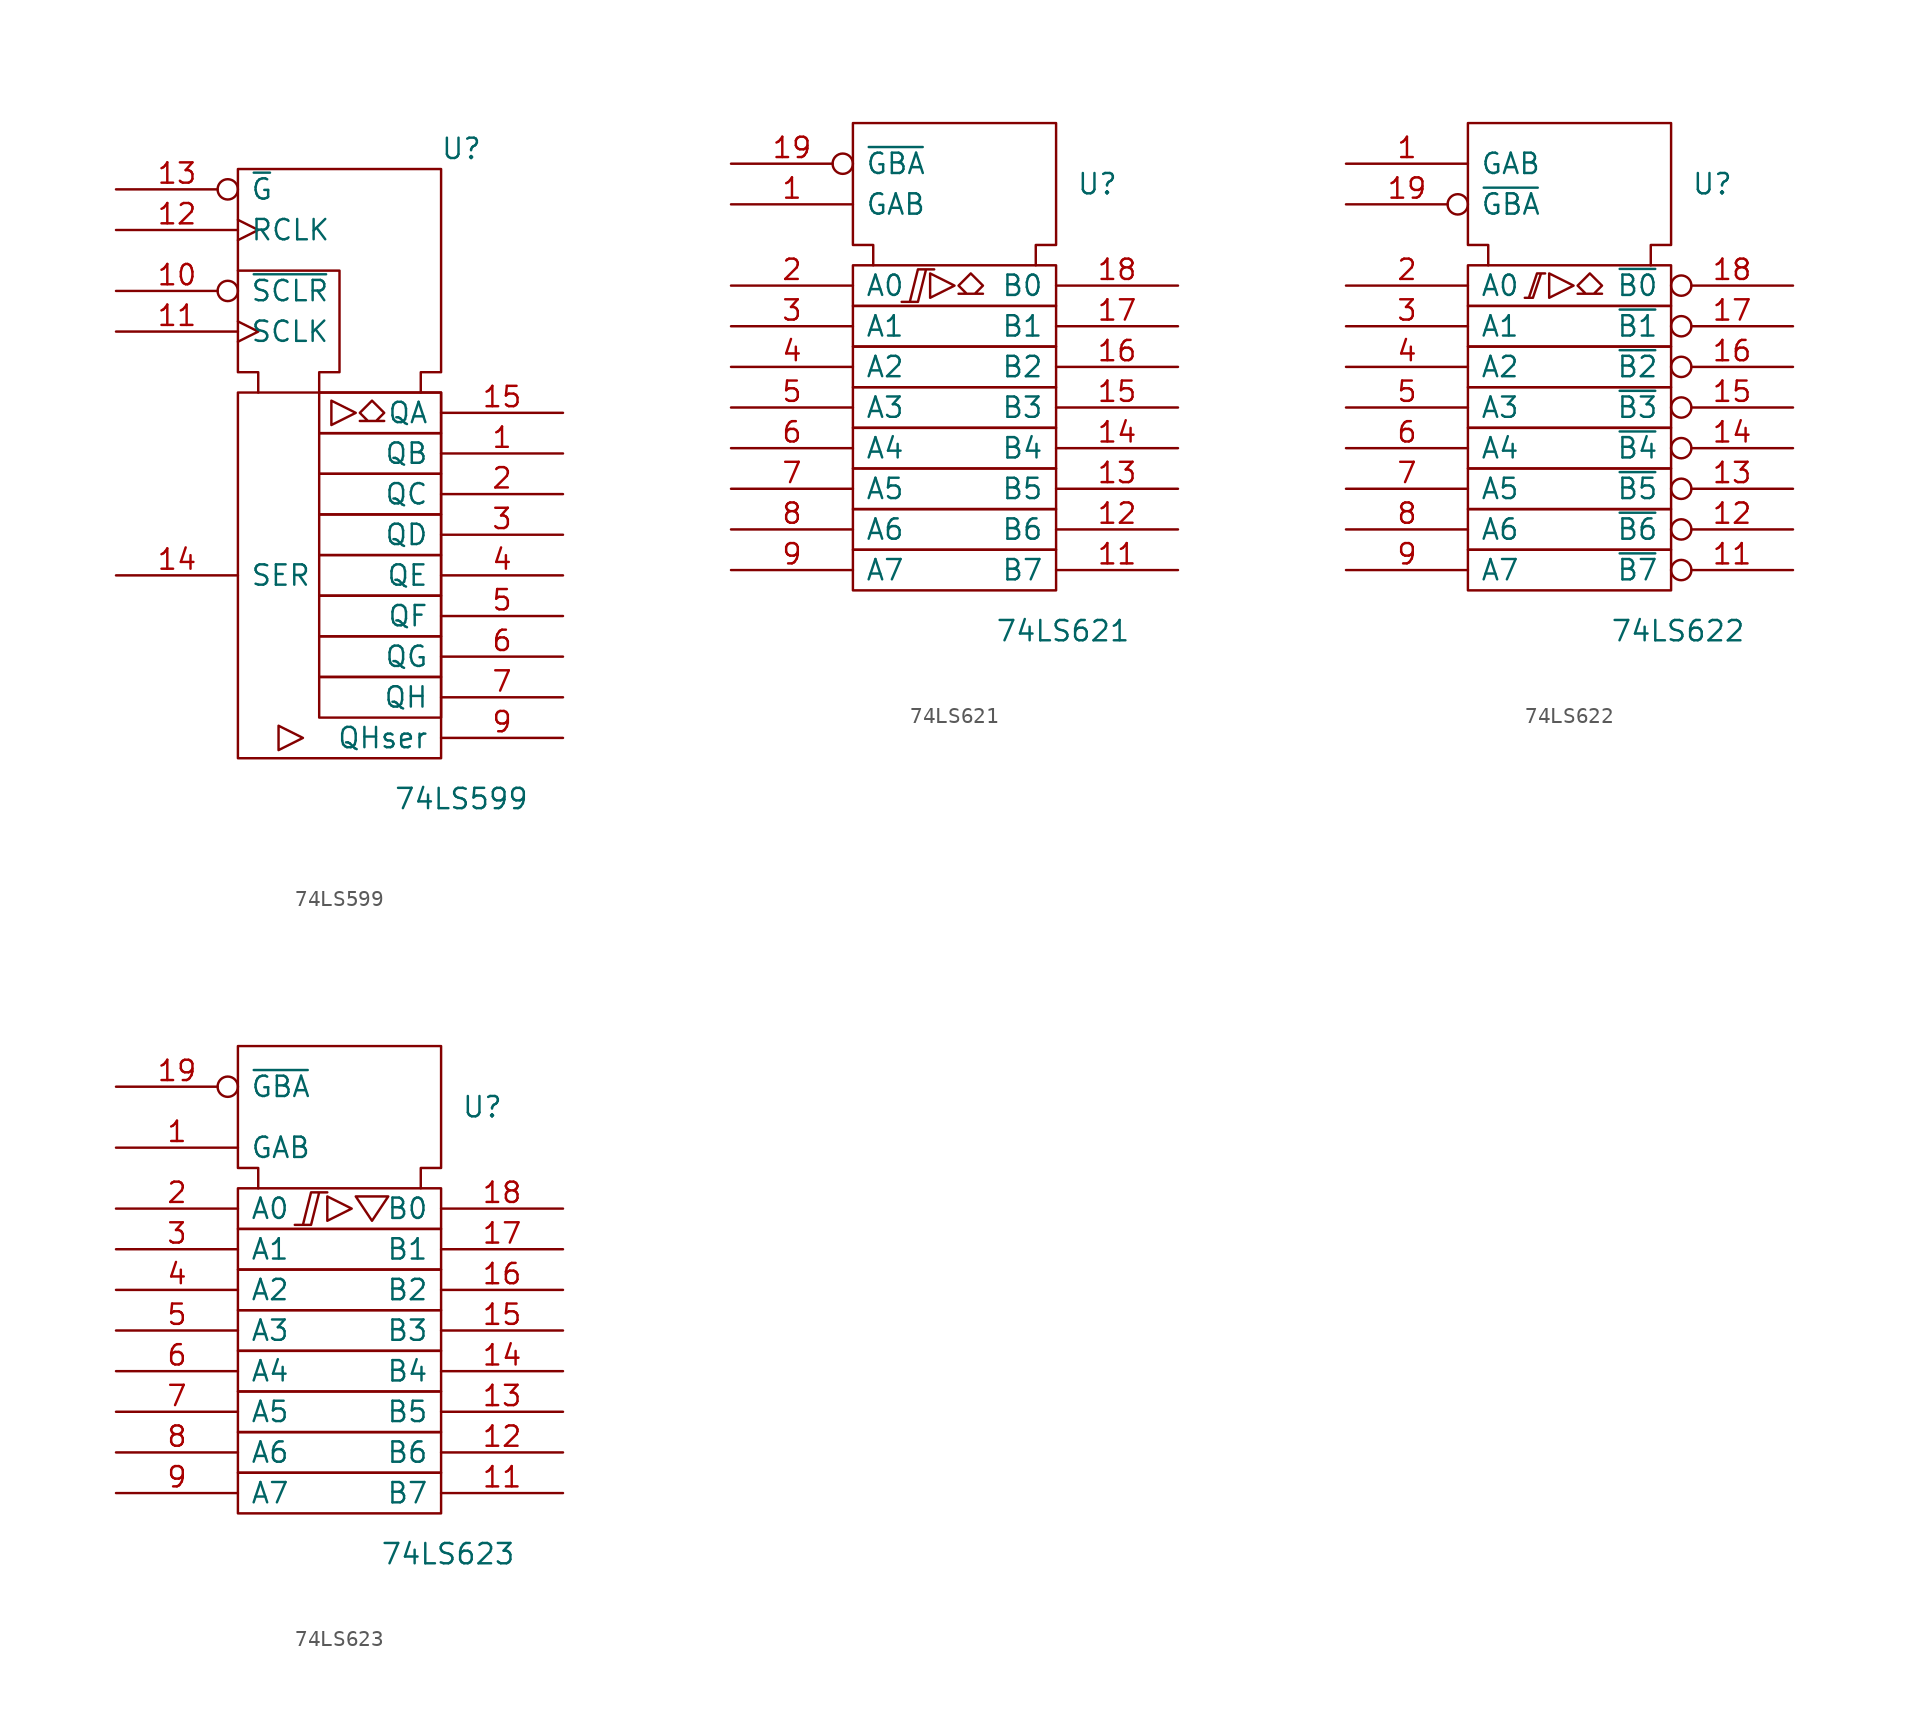
<source format=kicad_sym>
(kicad_symbol_lib
  (version 20201005)
  (generator kicad_symbol_editor)
  (symbol "74LS599"
    (pin_names
      (offset 0.762))
    (property "Reference" "U"
      (at 7.62 20.32 0)
      (effects (font (size 1.27 1.27))))
    (property "Value" "74LS599"
      (at 7.62 -20.32 0)
      (effects (font (size 1.27 1.27))))
    (symbol "74LS599_0_0"
      (rectangle (start -6.35 5.08) (end 6.35 -17.78) (stroke (width 0)) (fill (type none)))
      (polyline (pts (xy -2.286 -16.51) (xy -3.81 -15.748) (xy -3.81 -17.272) (xy -2.286 -16.51) (xy -2.286 -16.51)) (stroke (width 0)) (fill (type none)))
      (polyline (pts (xy -5.08 5.08) (xy -5.08 6.35) (xy -6.35 6.35) (xy -6.35 19.05) (xy 6.35 19.05) (xy 6.35 6.35) (xy 5.08 6.35) (xy 5.08 5.08) (xy 5.08 5.08)) (stroke (width 0)) (fill (type none)))
      (polyline (pts (xy -0.508 4.572) (xy -0.508 3.048) (xy 1.016 3.81) (xy -0.508 4.572) (xy -0.508 4.572)) (stroke (width 0)) (fill (type none)))
      (polyline (pts (xy 2.794 3.302) (xy 1.27 3.302) (xy 1.778 3.302) (xy 1.27 3.81) (xy 2.032 4.572) (xy 2.794 3.81) (xy 2.286 3.302) (xy 2.286 3.302)) (stroke (width 0)) (fill (type none)))
      (polyline (pts (xy -6.35 12.7) (xy 0 12.7) (xy 0 6.35) (xy -1.27 6.35) (xy -1.27 5.08) (xy -1.27 5.08)) (stroke (width 0)) (fill (type none))))
    (symbol "74LS599_0_1"
      (rectangle (start -1.27 -10.16) (end 6.35 -12.7) (stroke (width 0)) (fill (type none)))
      (rectangle (start -1.27 2.54) (end 6.35 0) (stroke (width 0)) (fill (type none)))
      (rectangle (start -1.27 -7.62) (end 6.35 -10.16) (stroke (width 0)) (fill (type none)))
      (rectangle (start -1.27 -5.08) (end 6.35 -7.62) (stroke (width 0)) (fill (type none)))
      (rectangle (start -1.27 -2.54) (end 6.35 -5.08) (stroke (width 0)) (fill (type none)))
      (rectangle (start -1.27 0) (end 6.35 -2.54) (stroke (width 0)) (fill (type none)))
      (rectangle (start -1.27 -12.7) (end 6.35 -15.24) (stroke (width 0)) (fill (type none)))
      (rectangle (start -1.27 5.08) (end 6.35 2.54) (stroke (width 0)) (fill (type none)))
      (pin power_in line (at 0 19.05 270) (length 0) hide (name "GND" (effects (font (size 1.27 1.27)))) (number "8" (effects (font (size 1.27 1.27))))))
    (symbol "74LS599_1_1"
      (pin power_in line (at 3.81 19.05 270) (length 0) hide (name "VCC" (effects (font (size 1.27 1.27)))) (number "16" (effects (font (size 1.27 1.27)))))
      (pin output line (at 13.97 -16.51 180) (length 7.62) (name "QHser" (effects (font (size 1.27 1.27)))) (number "9" (effects (font (size 1.27 1.27)))))
      (pin tri_state line (at 13.97 -13.97 180) (length 7.62) (name "QH" (effects (font (size 1.27 1.27)))) (number "7" (effects (font (size 1.27 1.27)))))
      (pin tri_state line (at 13.97 -11.43 180) (length 7.62) (name "QG" (effects (font (size 1.27 1.27)))) (number "6" (effects (font (size 1.27 1.27)))))
      (pin tri_state line (at 13.97 -8.89 180) (length 7.62) (name "QF" (effects (font (size 1.27 1.27)))) (number "5" (effects (font (size 1.27 1.27)))))
      (pin tri_state line (at 13.97 -6.35 180) (length 7.62) (name "QE" (effects (font (size 1.27 1.27)))) (number "4" (effects (font (size 1.27 1.27)))))
      (pin tri_state line (at 13.97 -3.81 180) (length 7.62) (name "QD" (effects (font (size 1.27 1.27)))) (number "3" (effects (font (size 1.27 1.27)))))
      (pin tri_state line (at 13.97 -1.27 180) (length 7.62) (name "QC" (effects (font (size 1.27 1.27)))) (number "2" (effects (font (size 1.27 1.27)))))
      (pin tri_state line (at 13.97 1.27 180) (length 7.62) (name "QB" (effects (font (size 1.27 1.27)))) (number "1" (effects (font (size 1.27 1.27)))))
      (pin tri_state line (at 13.97 3.81 180) (length 7.62) (name "QA" (effects (font (size 1.27 1.27)))) (number "15" (effects (font (size 1.27 1.27)))))
      (pin input line (at -13.97 -6.35 0) (length 7.62) (name "SER" (effects (font (size 1.27 1.27)))) (number "14" (effects (font (size 1.27 1.27)))))
      (pin input clock (at -13.97 8.89 0) (length 7.62) (name "SCLK" (effects (font (size 1.27 1.27)))) (number "11" (effects (font (size 1.27 1.27)))))
      (pin input inverted (at -13.97 11.43 0) (length 7.62) (name "~SCLR" (effects (font (size 1.27 1.27)))) (number "10" (effects (font (size 1.27 1.27)))))
      (pin input clock (at -13.97 15.24 0) (length 7.62) (name "RCLK" (effects (font (size 1.27 1.27)))) (number "12" (effects (font (size 1.27 1.27)))))
      (pin input inverted (at -13.97 17.78 0) (length 7.62) (name "~G" (effects (font (size 1.27 1.27)))) (number "13" (effects (font (size 1.27 1.27)))))))
  (symbol "74LS621"
    (pin_names
      (offset 0.762))
    (property "Reference" "U"
      (at 7.62 12.7 0)
      (effects (font (size 1.27 1.27)) (justify left)))
    (property "Value" "74LS621"
      (at 2.54 -15.24 0)
      (effects (font (size 1.27 1.27)) (justify left)))
    (symbol "74LS621_0_0"
      (polyline (pts (xy -3.302 5.334) (xy -2.286 5.334) (xy -1.778 7.366) (xy -1.27 7.366) (xy -2.286 7.366) (xy -2.794 5.334) (xy -2.794 5.334)) (stroke (width 0)) (fill (type none)))
      (polyline (pts (xy 1.016 7.112) (xy 1.778 6.35) (xy 1.27 5.842) (xy 1.778 5.842) (xy 0.254 5.842) (xy 0.762 5.842) (xy 0.254 6.35) (xy 1.016 7.112) (xy 1.016 7.112)) (stroke (width 0)) (fill (type none)))
      (polyline (pts (xy -1.524 7.112) (xy -1.524 5.588) (xy 0 6.35) (xy -1.524 7.112) (xy -1.524 7.112)) (stroke (width 0)) (fill (type none)))
      (pin power_in line (at 1.27 16.51 270) (length 0) hide (name "GND" (effects (font (size 1.27 1.27)))) (number "10" (effects (font (size 1.27 1.27)))))
      (pin power_in line (at 5.08 16.51 270) (length 0) hide (name "VCC" (effects (font (size 1.27 1.27)))) (number "20" (effects (font (size 1.27 1.27))))))
    (symbol "74LS621_0_1"
      (rectangle (start -6.35 2.54) (end 6.35 0) (stroke (width 0)) (fill (type none)))
      (rectangle (start -6.35 -7.62) (end 6.35 -10.16) (stroke (width 0)) (fill (type none)))
      (rectangle (start -6.35 5.08) (end 6.35 2.54) (stroke (width 0)) (fill (type none)))
      (rectangle (start -6.35 -5.08) (end 6.35 -7.62) (stroke (width 0)) (fill (type none)))
      (rectangle (start -6.35 -10.16) (end 6.35 -12.7) (stroke (width 0)) (fill (type none)))
      (rectangle (start -6.35 -2.54) (end 6.35 -5.08) (stroke (width 0)) (fill (type none)))
      (rectangle (start -6.35 7.62) (end 6.35 5.08) (stroke (width 0)) (fill (type none)))
      (rectangle (start -6.35 0) (end 6.35 -2.54) (stroke (width 0)) (fill (type none)))
      (polyline (pts (xy -5.08 7.62) (xy -5.08 8.89) (xy -6.35 8.89) (xy -6.35 16.51) (xy 6.35 16.51) (xy 6.35 8.89) (xy 5.08 8.89) (xy 5.08 7.62) (xy 5.08 7.62)) (stroke (width 0)) (fill (type none))))
    (symbol "74LS621_1_1"
      (pin tri_state line (at 13.97 -11.43 180) (length 7.62) (name "B7" (effects (font (size 1.27 1.27)))) (number "11" (effects (font (size 1.27 1.27)))))
      (pin tri_state line (at 13.97 -8.89 180) (length 7.62) (name "B6" (effects (font (size 1.27 1.27)))) (number "12" (effects (font (size 1.27 1.27)))))
      (pin tri_state line (at 13.97 -6.35 180) (length 7.62) (name "B5" (effects (font (size 1.27 1.27)))) (number "13" (effects (font (size 1.27 1.27)))))
      (pin tri_state line (at 13.97 -3.81 180) (length 7.62) (name "B4" (effects (font (size 1.27 1.27)))) (number "14" (effects (font (size 1.27 1.27)))))
      (pin tri_state line (at 13.97 -1.27 180) (length 7.62) (name "B3" (effects (font (size 1.27 1.27)))) (number "15" (effects (font (size 1.27 1.27)))))
      (pin tri_state line (at 13.97 1.27 180) (length 7.62) (name "B2" (effects (font (size 1.27 1.27)))) (number "16" (effects (font (size 1.27 1.27)))))
      (pin tri_state line (at 13.97 3.81 180) (length 7.62) (name "B1" (effects (font (size 1.27 1.27)))) (number "17" (effects (font (size 1.27 1.27)))))
      (pin tri_state line (at 13.97 6.35 180) (length 7.62) (name "B0" (effects (font (size 1.27 1.27)))) (number "18" (effects (font (size 1.27 1.27)))))
      (pin tri_state line (at -13.97 -11.43 0) (length 7.62) (name "A7" (effects (font (size 1.27 1.27)))) (number "9" (effects (font (size 1.27 1.27)))))
      (pin tri_state line (at -13.97 -8.89 0) (length 7.62) (name "A6" (effects (font (size 1.27 1.27)))) (number "8" (effects (font (size 1.27 1.27)))))
      (pin tri_state line (at -13.97 -6.35 0) (length 7.62) (name "A5" (effects (font (size 1.27 1.27)))) (number "7" (effects (font (size 1.27 1.27)))))
      (pin tri_state line (at -13.97 -3.81 0) (length 7.62) (name "A4" (effects (font (size 1.27 1.27)))) (number "6" (effects (font (size 1.27 1.27)))))
      (pin tri_state line (at -13.97 -1.27 0) (length 7.62) (name "A3" (effects (font (size 1.27 1.27)))) (number "5" (effects (font (size 1.27 1.27)))))
      (pin tri_state line (at -13.97 1.27 0) (length 7.62) (name "A2" (effects (font (size 1.27 1.27)))) (number "4" (effects (font (size 1.27 1.27)))))
      (pin tri_state line (at -13.97 3.81 0) (length 7.62) (name "A1" (effects (font (size 1.27 1.27)))) (number "3" (effects (font (size 1.27 1.27)))))
      (pin tri_state line (at -13.97 6.35 0) (length 7.62) (name "A0" (effects (font (size 1.27 1.27)))) (number "2" (effects (font (size 1.27 1.27)))))
      (pin input line (at -13.97 11.43 0) (length 7.62) (name "GAB" (effects (font (size 1.27 1.27)))) (number "1" (effects (font (size 1.27 1.27)))))
      (pin input inverted (at -13.97 13.97 0) (length 7.62) (name "~GBA" (effects (font (size 1.27 1.27)))) (number "19" (effects (font (size 1.27 1.27)))))))
  (symbol "74LS622"
    (pin_names
      (offset 0.762))
    (property "Reference" "U"
      (at 7.62 12.7 0)
      (effects (font (size 1.27 1.27)) (justify left)))
    (property "Value" "74LS622"
      (at 2.54 -15.24 0)
      (effects (font (size 1.27 1.27)) (justify left)))
    (symbol "74LS622_0_0"
      (polyline (pts (xy -1.27 7.112) (xy -1.27 5.588) (xy 0.254 6.35) (xy -1.27 7.112) (xy -1.27 7.112)) (stroke (width 0)) (fill (type none)))
      (polyline (pts (xy -2.286 5.588) (xy -2.794 5.588) (xy -2.286 5.588) (xy -1.778 7.112) (xy -1.524 7.112) (xy -2.032 7.112) (xy -2.54 5.588) (xy -2.54 5.588)) (stroke (width 0)) (fill (type none)))
      (polyline (pts (xy 1.27 7.112) (xy 2.032 6.35) (xy 1.524 5.842) (xy 2.032 5.842) (xy 0.508 5.842) (xy 1.016 5.842) (xy 0.508 6.35) (xy 1.27 7.112) (xy 1.27 7.112)) (stroke (width 0)) (fill (type none)))
      (pin power_in line (at 1.27 16.51 270) (length 0) hide (name "GND" (effects (font (size 1.27 1.27)))) (number "10" (effects (font (size 1.27 1.27)))))
      (pin power_in line (at 5.08 16.51 270) (length 0) hide (name "VCC" (effects (font (size 1.27 1.27)))) (number "20" (effects (font (size 1.27 1.27))))))
    (symbol "74LS622_0_1"
      (rectangle (start -6.35 -2.54) (end 6.35 -5.08) (stroke (width 0)) (fill (type none)))
      (rectangle (start -6.35 -5.08) (end 6.35 -7.62) (stroke (width 0)) (fill (type none)))
      (rectangle (start -6.35 7.62) (end 6.35 5.08) (stroke (width 0)) (fill (type none)))
      (rectangle (start -6.35 -10.16) (end 6.35 -12.7) (stroke (width 0)) (fill (type none)))
      (rectangle (start -6.35 2.54) (end 6.35 0) (stroke (width 0)) (fill (type none)))
      (rectangle (start -6.35 5.08) (end 6.35 2.54) (stroke (width 0)) (fill (type none)))
      (rectangle (start -6.35 0) (end 6.35 -2.54) (stroke (width 0)) (fill (type none)))
      (rectangle (start -6.35 -7.62) (end 6.35 -10.16) (stroke (width 0)) (fill (type none)))
      (polyline (pts (xy -5.08 7.62) (xy -5.08 8.89) (xy -6.35 8.89) (xy -6.35 16.51) (xy 6.35 16.51) (xy 6.35 8.89) (xy 5.08 8.89) (xy 5.08 7.62) (xy 5.08 7.62)) (stroke (width 0)) (fill (type none))))
    (symbol "74LS622_1_1"
      (pin tri_state inverted (at 13.97 -11.43 180) (length 7.62) (name "~B7" (effects (font (size 1.27 1.27)))) (number "11" (effects (font (size 1.27 1.27)))))
      (pin tri_state inverted (at 13.97 -8.89 180) (length 7.62) (name "~B6" (effects (font (size 1.27 1.27)))) (number "12" (effects (font (size 1.27 1.27)))))
      (pin tri_state inverted (at 13.97 -6.35 180) (length 7.62) (name "~B5" (effects (font (size 1.27 1.27)))) (number "13" (effects (font (size 1.27 1.27)))))
      (pin tri_state inverted (at 13.97 -3.81 180) (length 7.62) (name "~B4" (effects (font (size 1.27 1.27)))) (number "14" (effects (font (size 1.27 1.27)))))
      (pin tri_state inverted (at 13.97 -1.27 180) (length 7.62) (name "~B3" (effects (font (size 1.27 1.27)))) (number "15" (effects (font (size 1.27 1.27)))))
      (pin tri_state inverted (at 13.97 1.27 180) (length 7.62) (name "~B2" (effects (font (size 1.27 1.27)))) (number "16" (effects (font (size 1.27 1.27)))))
      (pin tri_state inverted (at 13.97 3.81 180) (length 7.62) (name "~B1" (effects (font (size 1.27 1.27)))) (number "17" (effects (font (size 1.27 1.27)))))
      (pin tri_state inverted (at 13.97 6.35 180) (length 7.62) (name "~B0" (effects (font (size 1.27 1.27)))) (number "18" (effects (font (size 1.27 1.27)))))
      (pin tri_state line (at -13.97 -11.43 0) (length 7.62) (name "A7" (effects (font (size 1.27 1.27)))) (number "9" (effects (font (size 1.27 1.27)))))
      (pin tri_state line (at -13.97 -8.89 0) (length 7.62) (name "A6" (effects (font (size 1.27 1.27)))) (number "8" (effects (font (size 1.27 1.27)))))
      (pin tri_state line (at -13.97 -6.35 0) (length 7.62) (name "A5" (effects (font (size 1.27 1.27)))) (number "7" (effects (font (size 1.27 1.27)))))
      (pin tri_state line (at -13.97 -3.81 0) (length 7.62) (name "A4" (effects (font (size 1.27 1.27)))) (number "6" (effects (font (size 1.27 1.27)))))
      (pin tri_state line (at -13.97 -1.27 0) (length 7.62) (name "A3" (effects (font (size 1.27 1.27)))) (number "5" (effects (font (size 1.27 1.27)))))
      (pin tri_state line (at -13.97 1.27 0) (length 7.62) (name "A2" (effects (font (size 1.27 1.27)))) (number "4" (effects (font (size 1.27 1.27)))))
      (pin tri_state line (at -13.97 3.81 0) (length 7.62) (name "A1" (effects (font (size 1.27 1.27)))) (number "3" (effects (font (size 1.27 1.27)))))
      (pin tri_state line (at -13.97 6.35 0) (length 7.62) (name "A0" (effects (font (size 1.27 1.27)))) (number "2" (effects (font (size 1.27 1.27)))))
      (pin input inverted (at -13.97 11.43 0) (length 7.62) (name "~GBA" (effects (font (size 1.27 1.27)))) (number "19" (effects (font (size 1.27 1.27)))))
      (pin input line (at -13.97 13.97 0) (length 7.62) (name "GAB" (effects (font (size 1.27 1.27)))) (number "1" (effects (font (size 1.27 1.27)))))))
  (symbol "74LS623"
    (pin_names
      (offset 0.762))
    (property "Reference" "U"
      (at 7.62 19.05 0)
      (effects (font (size 1.27 1.27)) (justify left)))
    (property "Value" "74LS623"
      (at 2.54 -8.89 0)
      (effects (font (size 1.27 1.27)) (justify left)))
    (symbol "74LS623_0_0"
      (polyline (pts (xy -2.794 11.684) (xy -1.778 11.684) (xy -1.27 13.716) (xy -0.762 13.716) (xy -1.778 13.716) (xy -2.286 11.684) (xy -2.286 11.684)) (stroke (width 0)) (fill (type none)))
      (polyline (pts (xy 1.016 13.462) (xy 3.048 13.462) (xy 2.032 11.938) (xy 1.016 13.462) (xy 1.016 13.462)) (stroke (width 0)) (fill (type none)))
      (polyline (pts (xy -0.762 13.462) (xy -0.762 11.938) (xy 0.762 12.7) (xy -0.762 13.462) (xy -0.762 13.462)) (stroke (width 0)) (fill (type none)))
      (pin power_in line (at 1.27 22.86 270) (length 0) hide (name "GND" (effects (font (size 1.27 1.27)))) (number "10" (effects (font (size 1.27 1.27)))))
      (pin power_in line (at 5.08 22.86 270) (length 0) hide (name "VCC" (effects (font (size 1.27 1.27)))) (number "20" (effects (font (size 1.27 1.27))))))
    (symbol "74LS623_0_1"
      (rectangle (start -6.35 1.27) (end 6.35 -1.27) (stroke (width 0)) (fill (type none)))
      (rectangle (start -6.35 11.43) (end 6.35 8.89) (stroke (width 0)) (fill (type none)))
      (rectangle (start -6.35 3.81) (end 6.35 1.27) (stroke (width 0)) (fill (type none)))
      (rectangle (start -6.35 13.97) (end 6.35 11.43) (stroke (width 0)) (fill (type none)))
      (rectangle (start -6.35 -3.81) (end 6.35 -6.35) (stroke (width 0)) (fill (type none)))
      (rectangle (start -6.35 6.35) (end 6.35 3.81) (stroke (width 0)) (fill (type none)))
      (rectangle (start -6.35 8.89) (end 6.35 6.35) (stroke (width 0)) (fill (type none)))
      (rectangle (start -6.35 -1.27) (end 6.35 -3.81) (stroke (width 0)) (fill (type none)))
      (polyline (pts (xy -5.08 13.97) (xy -5.08 15.24) (xy -6.35 15.24) (xy -6.35 22.86) (xy 6.35 22.86) (xy 6.35 15.24) (xy 5.08 15.24) (xy 5.08 13.97) (xy 5.08 13.97)) (stroke (width 0)) (fill (type none))))
    (symbol "74LS623_1_1"
      (pin tri_state line (at 13.97 -5.08 180) (length 7.62) (name "B7" (effects (font (size 1.27 1.27)))) (number "11" (effects (font (size 1.27 1.27)))))
      (pin tri_state line (at 13.97 -2.54 180) (length 7.62) (name "B6" (effects (font (size 1.27 1.27)))) (number "12" (effects (font (size 1.27 1.27)))))
      (pin tri_state line (at 13.97 0 180) (length 7.62) (name "B5" (effects (font (size 1.27 1.27)))) (number "13" (effects (font (size 1.27 1.27)))))
      (pin tri_state line (at 13.97 2.54 180) (length 7.62) (name "B4" (effects (font (size 1.27 1.27)))) (number "14" (effects (font (size 1.27 1.27)))))
      (pin tri_state line (at 13.97 5.08 180) (length 7.62) (name "B3" (effects (font (size 1.27 1.27)))) (number "15" (effects (font (size 1.27 1.27)))))
      (pin tri_state line (at 13.97 7.62 180) (length 7.62) (name "B2" (effects (font (size 1.27 1.27)))) (number "16" (effects (font (size 1.27 1.27)))))
      (pin tri_state line (at 13.97 10.16 180) (length 7.62) (name "B1" (effects (font (size 1.27 1.27)))) (number "17" (effects (font (size 1.27 1.27)))))
      (pin tri_state line (at 13.97 12.7 180) (length 7.62) (name "B0" (effects (font (size 1.27 1.27)))) (number "18" (effects (font (size 1.27 1.27)))))
      (pin tri_state line (at -13.97 -5.08 0) (length 7.62) (name "A7" (effects (font (size 1.27 1.27)))) (number "9" (effects (font (size 1.27 1.27)))))
      (pin tri_state line (at -13.97 -2.54 0) (length 7.62) (name "A6" (effects (font (size 1.27 1.27)))) (number "8" (effects (font (size 1.27 1.27)))))
      (pin tri_state line (at -13.97 0 0) (length 7.62) (name "A5" (effects (font (size 1.27 1.27)))) (number "7" (effects (font (size 1.27 1.27)))))
      (pin tri_state line (at -13.97 2.54 0) (length 7.62) (name "A4" (effects (font (size 1.27 1.27)))) (number "6" (effects (font (size 1.27 1.27)))))
      (pin tri_state line (at -13.97 5.08 0) (length 7.62) (name "A3" (effects (font (size 1.27 1.27)))) (number "5" (effects (font (size 1.27 1.27)))))
      (pin tri_state line (at -13.97 7.62 0) (length 7.62) (name "A2" (effects (font (size 1.27 1.27)))) (number "4" (effects (font (size 1.27 1.27)))))
      (pin tri_state line (at -13.97 10.16 0) (length 7.62) (name "A1" (effects (font (size 1.27 1.27)))) (number "3" (effects (font (size 1.27 1.27)))))
      (pin tri_state line (at -13.97 12.7 0) (length 7.62) (name "A0" (effects (font (size 1.27 1.27)))) (number "2" (effects (font (size 1.27 1.27)))))
      (pin input line (at -13.97 16.51 0) (length 7.62) (name "GAB" (effects (font (size 1.27 1.27)))) (number "1" (effects (font (size 1.27 1.27)))))
      (pin input inverted (at -13.97 20.32 0) (length 7.62) (name "~GBA" (effects (font (size 1.27 1.27)))) (number "19" (effects (font (size 1.27 1.27))))))))
</source>
